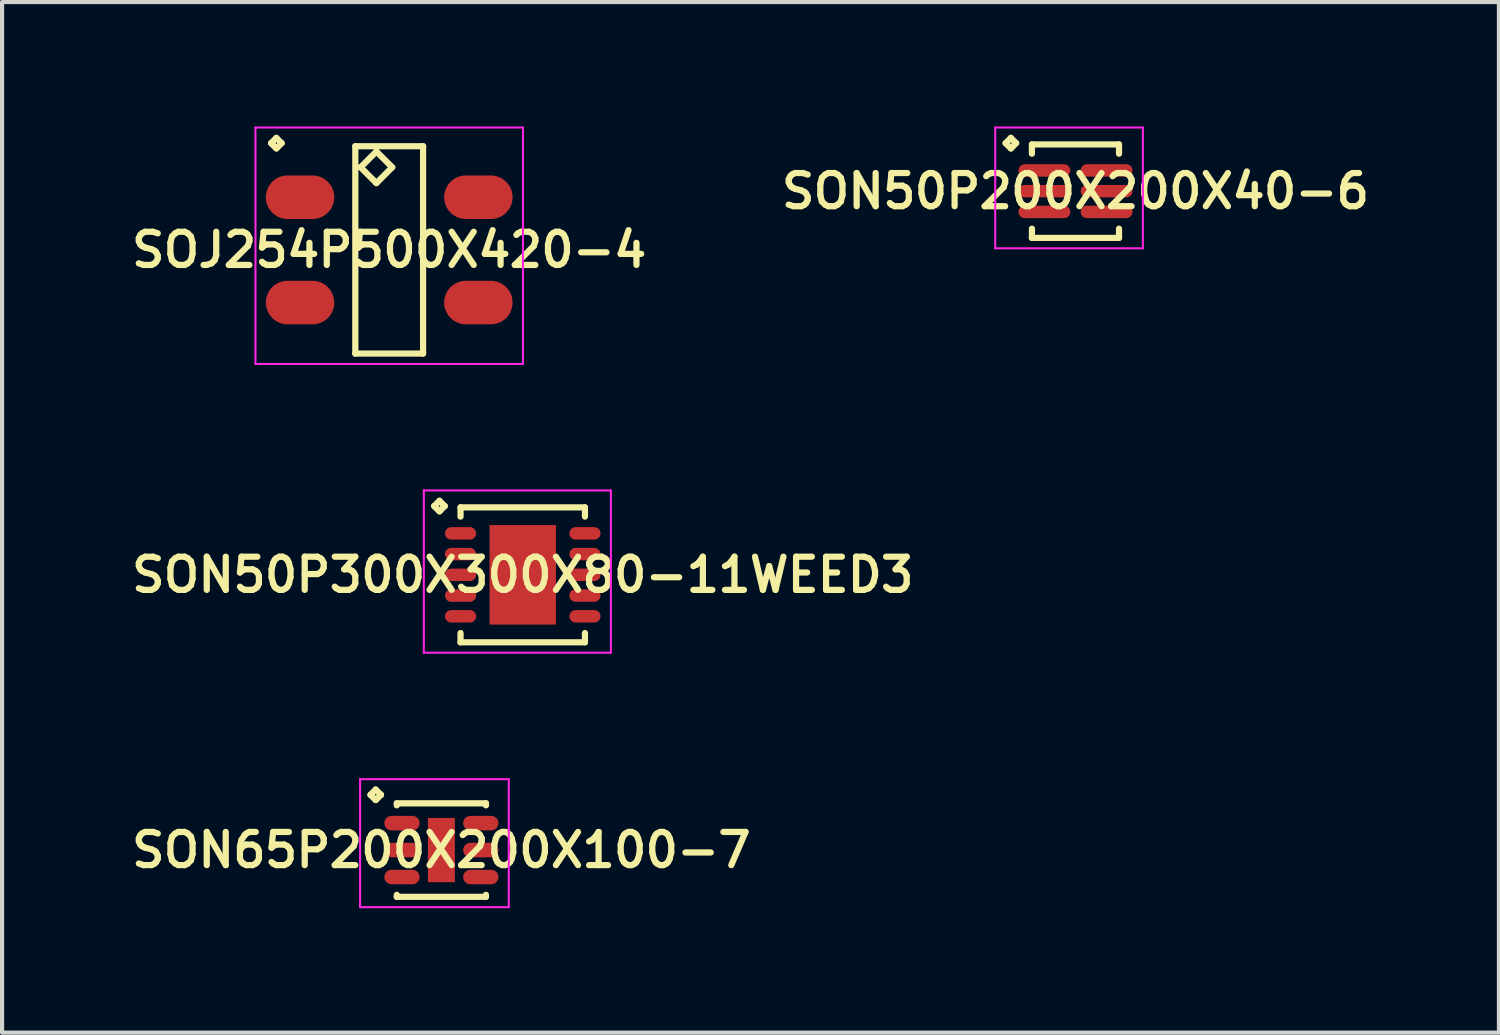
<source format=kicad_pcb>
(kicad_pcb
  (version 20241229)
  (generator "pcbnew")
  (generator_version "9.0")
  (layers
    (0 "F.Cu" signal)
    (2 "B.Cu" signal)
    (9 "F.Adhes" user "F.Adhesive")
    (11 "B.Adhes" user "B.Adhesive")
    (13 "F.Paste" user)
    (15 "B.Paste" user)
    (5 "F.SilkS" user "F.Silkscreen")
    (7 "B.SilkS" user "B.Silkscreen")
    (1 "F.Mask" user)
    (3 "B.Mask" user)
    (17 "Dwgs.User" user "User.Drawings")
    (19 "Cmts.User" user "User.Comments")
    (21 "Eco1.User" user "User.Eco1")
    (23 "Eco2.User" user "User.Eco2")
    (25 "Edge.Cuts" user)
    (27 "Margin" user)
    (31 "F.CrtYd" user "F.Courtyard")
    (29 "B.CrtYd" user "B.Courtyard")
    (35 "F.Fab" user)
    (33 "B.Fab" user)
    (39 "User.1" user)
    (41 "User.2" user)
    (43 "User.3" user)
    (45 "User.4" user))
  (footprint "SOJ254P500X420-4"
    (layer "F.Cu")
    (at 6.335 2.976)
    (property "Reference" "SOJ254P500X420-4" (at 0 0 0) (layer "F.SilkS") (effects (font (size 0.8 0.8) (thickness 0.15))))
    (attr smd)
    (fp_line (start -2.848 -2.574) (end -2.721 -2.701) (stroke (width 0.15) (type solid)) (layer "F.SilkS"))
    (fp_line (start -2.721 -2.701) (end -2.594 -2.574) (stroke (width 0.15) (type solid)) (layer "F.SilkS"))
    (fp_line (start -2.721 -2.447) (end -2.848 -2.574) (stroke (width 0.15) (type solid)) (layer "F.SilkS"))
    (fp_line (start -2.594 -2.574) (end -2.721 -2.447) (stroke (width 0.15) (type solid)) (layer "F.SilkS"))
    (fp_line (start -0.817 -2.5) (end -0.817 2.5) (stroke (width 0.15) (type solid)) (layer "F.SilkS"))
    (fp_line (start -0.817 2.5) (end 0.817 2.5) (stroke (width 0.15) (type solid)) (layer "F.SilkS"))
    (fp_line (start -0.69 -1.992) (end -0.309 -2.373) (stroke (width 0.15) (type solid)) (layer "F.SilkS"))
    (fp_line (start -0.309 -2.373) (end 0.072 -1.992) (stroke (width 0.15) (type solid)) (layer "F.SilkS"))
    (fp_line (start -0.309 -1.611) (end -0.69 -1.992) (stroke (width 0.15) (type solid)) (layer "F.SilkS"))
    (fp_line (start 0.072 -1.992) (end -0.309 -1.611) (stroke (width 0.15) (type solid)) (layer "F.SilkS"))
    (fp_line (start 0.817 -2.5) (end -0.817 -2.5) (stroke (width 0.15) (type solid)) (layer "F.SilkS"))
    (fp_line (start 0.817 2.5) (end 0.817 -2.5) (stroke (width 0.15) (type solid)) (layer "F.SilkS"))
    (fp_line (start -3.225 -2.951) (end 3.225 -2.951) (stroke (width 0.05) (type solid)) (layer "F.CrtYd"))
    (fp_line (start -3.225 2.75) (end -3.225 -2.951) (stroke (width 0.05) (type solid)) (layer "F.CrtYd"))
    (fp_line (start 3.225 -2.951) (end 3.225 2.75) (stroke (width 0.05) (type solid)) (layer "F.CrtYd"))
    (fp_line (start 3.225 2.75) (end -3.225 2.75) (stroke (width 0.05) (type solid)) (layer "F.CrtYd"))
    (pad "1" smd oval (at -2.15 -1.27) (size 1.65 1.05) (layers "F.Cu" "F.Mask" "F.Paste"))
    (pad "2" smd oval (at -2.15 1.27) (size 1.65 1.05) (layers "F.Cu" "F.Mask" "F.Paste"))
    (pad "3" smd oval (at 2.15 1.27) (size 1.65 1.05) (layers "F.Cu" "F.Mask" "F.Paste"))
    (pad "4" smd oval (at 2.15 -1.27) (size 1.65 1.05) (layers "F.Cu" "F.Mask" "F.Paste")))
  (footprint "SON65P200X200X100-7"
    (layer "F.Cu")
    (at 7.593 17.448)
    (property "Reference" "SON65P200X200X100-7" (at 0 0 0) (layer "F.SilkS") (effects (font (size 0.8 0.8) (thickness 0.15))))
    (attr smd)
    (fp_line (start -1.71 -1.333) (end -1.583 -1.46) (stroke (width 0.15) (type solid)) (layer "F.SilkS"))
    (fp_line (start -1.583 -1.46) (end -1.456 -1.333) (stroke (width 0.15) (type solid)) (layer "F.SilkS"))
    (fp_line (start -1.583 -1.206) (end -1.71 -1.333) (stroke (width 0.15) (type solid)) (layer "F.SilkS"))
    (fp_line (start -1.456 -1.333) (end -1.583 -1.206) (stroke (width 0.15) (type solid)) (layer "F.SilkS"))
    (fp_line (start -1.075 -1.127) (end 1.075 -1.127) (stroke (width 0.15) (type solid)) (layer "F.SilkS"))
    (fp_line (start -1.075 -1.079) (end -1.075 -1.127) (stroke (width 0.15) (type solid)) (layer "F.SilkS"))
    (fp_line (start -1.075 1.079) (end -1.075 1.127) (stroke (width 0.15) (type solid)) (layer "F.SilkS"))
    (fp_line (start -1.075 1.127) (end 1.075 1.127) (stroke (width 0.15) (type solid)) (layer "F.SilkS"))
    (fp_line (start 1.075 -1.127) (end 1.075 -1.079) (stroke (width 0.15) (type solid)) (layer "F.SilkS"))
    (fp_line (start 1.075 1.127) (end 1.075 1.079) (stroke (width 0.15) (type solid)) (layer "F.SilkS"))
    (fp_line (start -1.96 -1.71) (end 1.625 -1.71) (stroke (width 0.05) (type solid)) (layer "F.CrtYd"))
    (fp_line (start -1.96 1.377) (end -1.96 -1.71) (stroke (width 0.05) (type solid)) (layer "F.CrtYd"))
    (fp_line (start 1.625 -1.71) (end 1.625 1.377) (stroke (width 0.05) (type solid)) (layer "F.CrtYd"))
    (fp_line (start 1.625 1.377) (end -1.96 1.377) (stroke (width 0.05) (type solid)) (layer "F.CrtYd"))
    (pad "1" smd oval (at -0.95 -0.65) (size 0.85 0.35) (layers "F.Cu" "F.Mask" "F.Paste"))
    (pad "2" smd oval (at -0.95 0) (size 0.85 0.35) (layers "F.Cu" "F.Mask" "F.Paste"))
    (pad "3" smd oval (at -0.95 0.65) (size 0.85 0.35) (layers "F.Cu" "F.Mask" "F.Paste"))
    (pad "4" smd oval (at 0.95 0.65) (size 0.85 0.35) (layers "F.Cu" "F.Mask" "F.Paste"))
    (pad "5" smd oval (at 0.95 0) (size 0.85 0.35) (layers "F.Cu" "F.Mask" "F.Paste"))
    (pad "6" smd oval (at 0.95 -0.65) (size 0.85 0.35) (layers "F.Cu" "F.Mask" "F.Paste"))
    (pad "7" smd rect (at 0 0) (size 0.65 1.55) (layers "F.Cu" "F.Mask" "F.Paste")))
  (footprint "SON50P300X300X80-11WEED3"
    (layer "F.Cu")
    (at 9.555 10.811)
    (property "Reference" "SON50P300X300X80-11WEED3" (at 0 0 0) (layer "F.SilkS") (effects (font (size 0.8 0.8) (thickness 0.15))))
    (attr smd)
    (fp_line (start -2.135 -1.658) (end -2.008 -1.785) (stroke (width 0.15) (type solid)) (layer "F.SilkS"))
    (fp_line (start -2.008 -1.785) (end -1.881 -1.658) (stroke (width 0.15) (type solid)) (layer "F.SilkS"))
    (fp_line (start -2.008 -1.531) (end -2.135 -1.658) (stroke (width 0.15) (type solid)) (layer "F.SilkS"))
    (fp_line (start -1.881 -1.658) (end -2.008 -1.531) (stroke (width 0.15) (type solid)) (layer "F.SilkS"))
    (fp_line (start -1.5 -1.627) (end 1.5 -1.627) (stroke (width 0.15) (type solid)) (layer "F.SilkS"))
    (fp_line (start -1.5 -1.404) (end -1.5 -1.627) (stroke (width 0.15) (type solid)) (layer "F.SilkS"))
    (fp_line (start -1.5 1.404) (end -1.5 1.627) (stroke (width 0.15) (type solid)) (layer "F.SilkS"))
    (fp_line (start -1.5 1.627) (end 1.5 1.627) (stroke (width 0.15) (type solid)) (layer "F.SilkS"))
    (fp_line (start 1.5 -1.627) (end 1.5 -1.404) (stroke (width 0.15) (type solid)) (layer "F.SilkS"))
    (fp_line (start 1.5 1.627) (end 1.5 1.404) (stroke (width 0.15) (type solid)) (layer "F.SilkS"))
    (fp_line (start -2.385 -2.035) (end 2.125 -2.035) (stroke (width 0.05) (type solid)) (layer "F.CrtYd"))
    (fp_line (start -2.385 1.877) (end -2.385 -2.035) (stroke (width 0.05) (type solid)) (layer "F.CrtYd"))
    (fp_line (start 2.125 -2.035) (end 2.125 1.877) (stroke (width 0.05) (type solid)) (layer "F.CrtYd"))
    (fp_line (start 2.125 1.877) (end -2.385 1.877) (stroke (width 0.05) (type solid)) (layer "F.CrtYd"))
    (pad "1" smd oval (at -1.5 -1) (size 0.75 0.3) (layers "F.Cu" "F.Mask" "F.Paste"))
    (pad "2" smd oval (at -1.5 -0.5) (size 0.75 0.3) (layers "F.Cu" "F.Mask" "F.Paste"))
    (pad "3" smd oval (at -1.5 0) (size 0.75 0.3) (layers "F.Cu" "F.Mask" "F.Paste"))
    (pad "4" smd oval (at -1.5 0.5) (size 0.75 0.3) (layers "F.Cu" "F.Mask" "F.Paste"))
    (pad "5" smd oval (at -1.5 1) (size 0.75 0.3) (layers "F.Cu" "F.Mask" "F.Paste"))
    (pad "6" smd oval (at 1.5 1) (size 0.75 0.3) (layers "F.Cu" "F.Mask" "F.Paste"))
    (pad "7" smd oval (at 1.5 0.5) (size 0.75 0.3) (layers "F.Cu" "F.Mask" "F.Paste"))
    (pad "8" smd oval (at 1.5 0) (size 0.75 0.3) (layers "F.Cu" "F.Mask" "F.Paste"))
    (pad "9" smd oval (at 1.5 -0.5) (size 0.75 0.3) (layers "F.Cu" "F.Mask" "F.Paste"))
    (pad "10" smd oval (at 1.5 -1) (size 0.75 0.3) (layers "F.Cu" "F.Mask" "F.Paste"))
    (pad "11" smd rect (at 0 0) (size 1.6 2.4) (layers "F.Cu" "F.Mask" "F.Paste")))
  (footprint "SON50P200X200X40-6"
    (layer "F.Cu")
    (at 22.883 1.56)
    (property "Reference" "SON50P200X200X40-6" (at 0 0 0) (layer "F.SilkS") (effects (font (size 0.8 0.8) (thickness 0.15))))
    (attr smd)
    (fp_line (start -1.685 -1.158) (end -1.558 -1.285) (stroke (width 0.15) (type solid)) (layer "F.SilkS"))
    (fp_line (start -1.558 -1.285) (end -1.431 -1.158) (stroke (width 0.15) (type solid)) (layer "F.SilkS"))
    (fp_line (start -1.558 -1.031) (end -1.685 -1.158) (stroke (width 0.15) (type solid)) (layer "F.SilkS"))
    (fp_line (start -1.431 -1.158) (end -1.558 -1.031) (stroke (width 0.15) (type solid)) (layer "F.SilkS"))
    (fp_line (start -1.05 -1.127) (end 1.05 -1.127) (stroke (width 0.15) (type solid)) (layer "F.SilkS"))
    (fp_line (start -1.05 -0.904) (end -1.05 -1.127) (stroke (width 0.15) (type solid)) (layer "F.SilkS"))
    (fp_line (start -1.05 0.904) (end -1.05 1.127) (stroke (width 0.15) (type solid)) (layer "F.SilkS"))
    (fp_line (start -1.05 1.127) (end 1.05 1.127) (stroke (width 0.15) (type solid)) (layer "F.SilkS"))
    (fp_line (start 1.05 -1.127) (end 1.05 -0.904) (stroke (width 0.15) (type solid)) (layer "F.SilkS"))
    (fp_line (start 1.05 1.127) (end 1.05 0.904) (stroke (width 0.15) (type solid)) (layer "F.SilkS"))
    (fp_line (start -1.935 -1.535) (end 1.625 -1.535) (stroke (width 0.05) (type solid)) (layer "F.CrtYd"))
    (fp_line (start -1.935 1.377) (end -1.935 -1.535) (stroke (width 0.05) (type solid)) (layer "F.CrtYd"))
    (fp_line (start 1.625 -1.535) (end 1.625 1.377) (stroke (width 0.05) (type solid)) (layer "F.CrtYd"))
    (fp_line (start 1.625 1.377) (end -1.935 1.377) (stroke (width 0.05) (type solid)) (layer "F.CrtYd"))
    (pad "1" smd oval (at -0.75 -0.5) (size 1.25 0.3) (layers "F.Cu" "F.Mask" "F.Paste"))
    (pad "2" smd oval (at -0.75 0) (size 1.25 0.3) (layers "F.Cu" "F.Mask" "F.Paste"))
    (pad "3" smd oval (at -0.75 0.5) (size 1.25 0.3) (layers "F.Cu" "F.Mask" "F.Paste"))
    (pad "4" smd oval (at 0.75 0.5) (size 1.25 0.3) (layers "F.Cu" "F.Mask" "F.Paste"))
    (pad "5" smd oval (at 0.75 0) (size 1.25 0.3) (layers "F.Cu" "F.Mask" "F.Paste"))
    (pad "6" smd oval (at 0.75 -0.5) (size 1.25 0.3) (layers "F.Cu" "F.Mask" "F.Paste")))
  (gr_rect
    (start -3 -3)
    (end 33.094 21.85)
    (stroke (width 0.1) (type default))
    (fill no)
    (layer "Edge.Cuts")))
</source>
